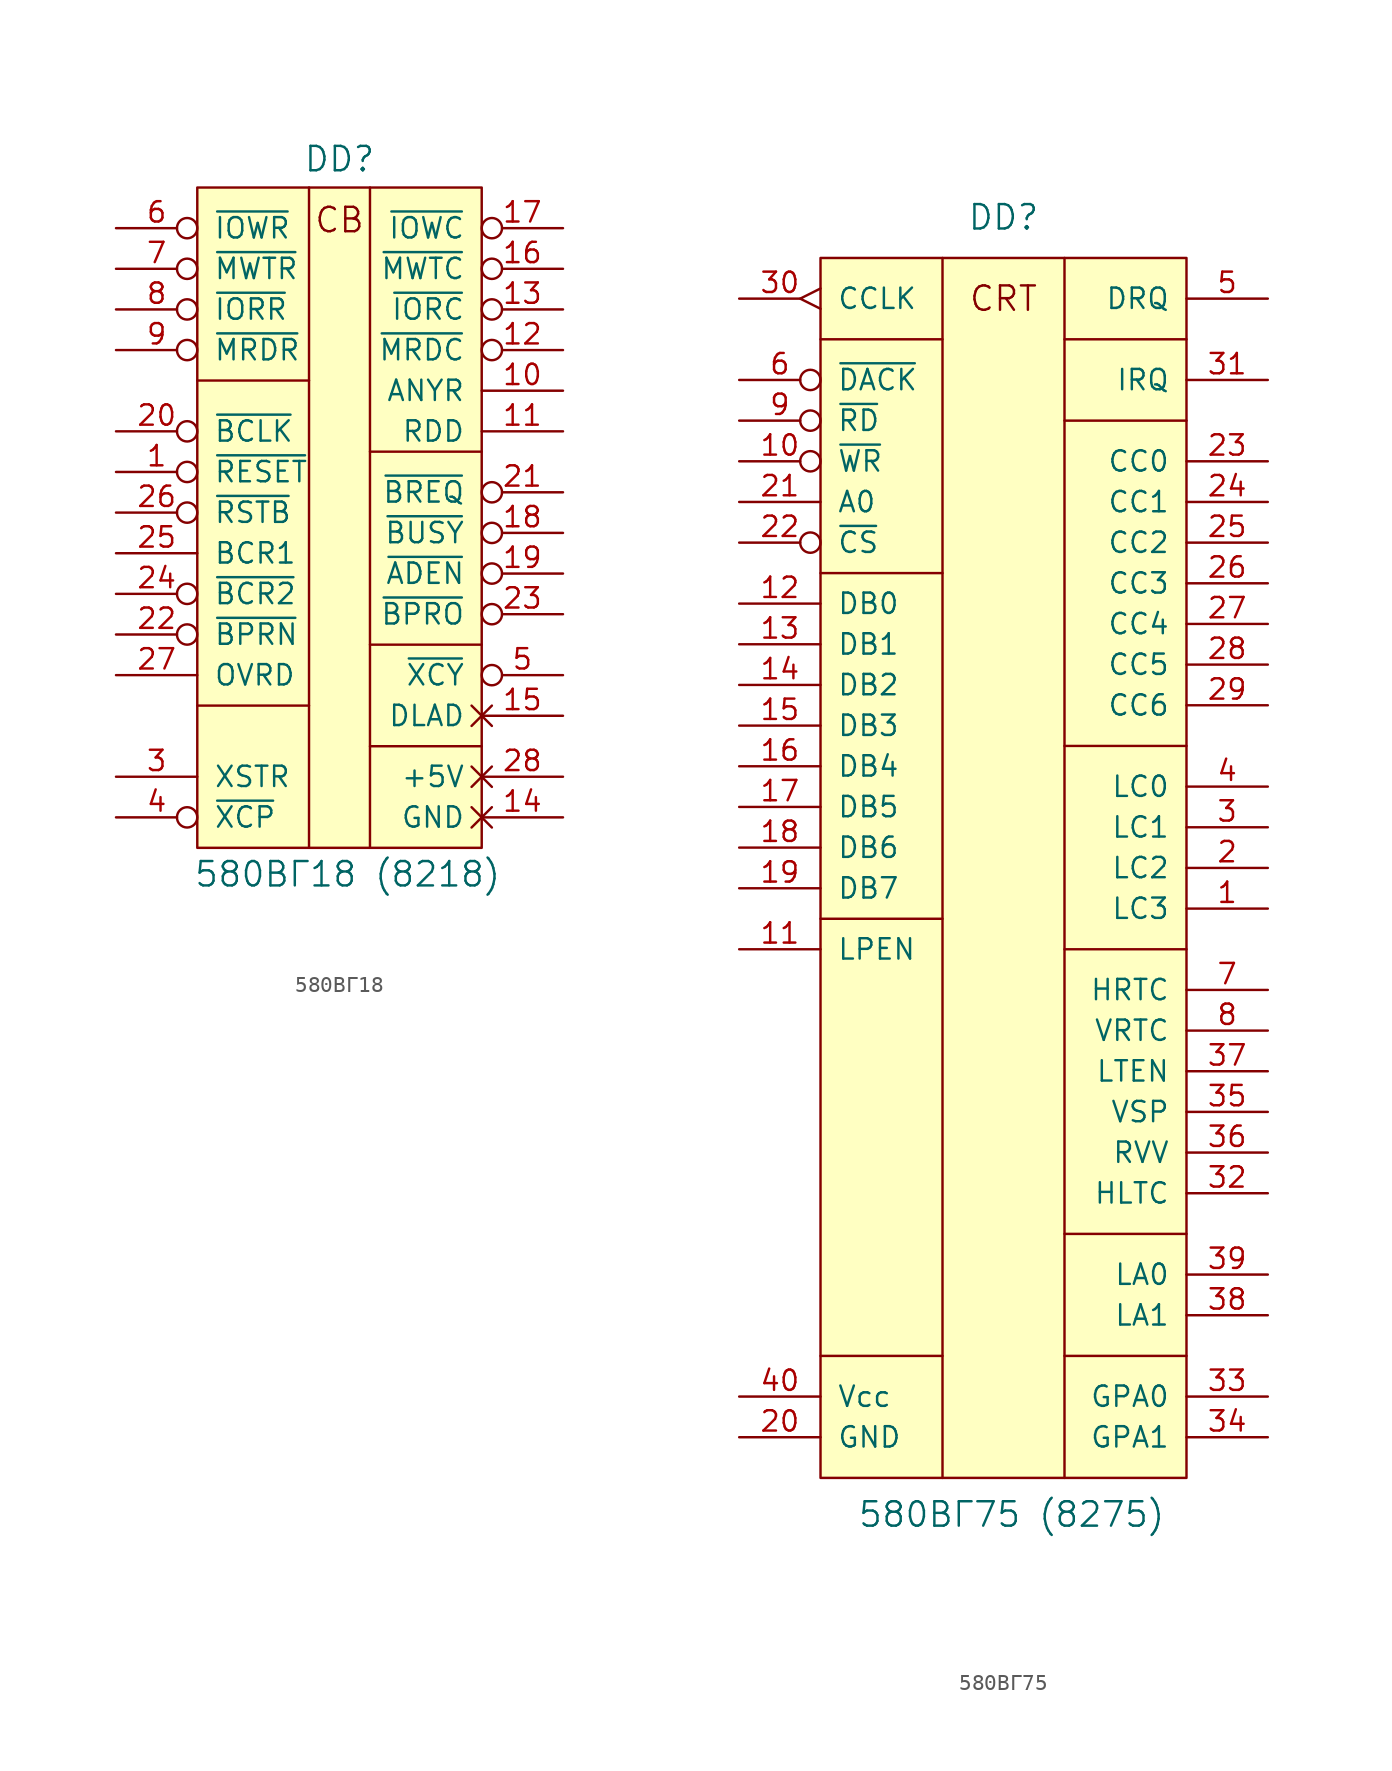
<source format=kicad_sym>
(kicad_symbol_lib
  (version 20231120)
  (generator "kicad_symbol_editor")
  (generator_version "8.0")
  (symbol "580ВГ18"
    (pin_names
      (offset 1.016))
    (property "Reference" "DD"
      (at 0 22.098 0)
      (effects (font (size 1.524 1.524))))
    (property "Value" "580ВГ18 (8218)"
      (at 0.508 -22.606 0)
      (effects (font (size 1.524 1.524))))
    (symbol "580ВГ18_0_0"
      (polyline (pts (xy -8.89 -12.065) (xy -1.905 -12.065)) (stroke (width 0) (type solid)) (fill (type none)))
      (polyline (pts (xy -8.89 8.255) (xy -1.905 8.255)) (stroke (width 0) (type solid)) (fill (type none)))
      (polyline (pts (xy -1.905 20.32) (xy -1.905 -20.955)) (stroke (width 0) (type solid)) (fill (type none)))
      (polyline (pts (xy 1.905 -14.605) (xy 8.89 -14.605)) (stroke (width 0) (type solid)) (fill (type none)))
      (polyline (pts (xy 1.905 -8.255) (xy 8.89 -8.255)) (stroke (width 0) (type solid)) (fill (type none)))
      (polyline (pts (xy 1.905 3.81) (xy 8.89 3.81)) (stroke (width 0) (type solid)) (fill (type none)))
      (polyline (pts (xy 1.905 20.32) (xy 1.905 -20.955)) (stroke (width 0) (type solid)) (fill (type none))))
    (symbol "580ВГ18_1_0"
      (rectangle (start -8.89 20.32) (end 8.89 -20.955) (stroke (width 0) (type solid)) (fill (type background)))
      (text "CB" (at 0 18.288 0) (effects (font (size 1.524 1.524)))))
    (symbol "580ВГ18_1_1"
      (pin input inverted (at -13.97 2.54 0) (length 5.08) (name "~{RESET}" (effects (font (size 1.27 1.27)))) (number "1" (effects (font (size 1.27 1.27)))))
      (pin output line (at 13.97 7.62 180) (length 5.08) (name "ANYR" (effects (font (size 1.27 1.27)))) (number "10" (effects (font (size 1.27 1.27)))))
      (pin output line (at 13.97 5.08 180) (length 5.08) (name "RDD" (effects (font (size 1.27 1.27)))) (number "11" (effects (font (size 1.27 1.27)))))
      (pin output inverted (at 13.97 10.16 180) (length 5.08) (name "~{MRDC}" (effects (font (size 1.27 1.27)))) (number "12" (effects (font (size 1.27 1.27)))))
      (pin output inverted (at 13.97 12.7 180) (length 5.08) (name "~{IORC}" (effects (font (size 1.27 1.27)))) (number "13" (effects (font (size 1.27 1.27)))))
      (pin power_in non_logic (at 13.97 -19.05 180) (length 5.08) (name "GND" (effects (font (size 1.27 1.27)))) (number "14" (effects (font (size 1.27 1.27)))))
      (pin input non_logic (at 13.97 -12.7 180) (length 5.08) (name "DLAD" (effects (font (size 1.27 1.27)))) (number "15" (effects (font (size 1.27 1.27)))))
      (pin output inverted (at 13.97 15.24 180) (length 5.08) (name "~{MWTC}" (effects (font (size 1.27 1.27)))) (number "16" (effects (font (size 1.27 1.27)))))
      (pin output inverted (at 13.97 17.78 180) (length 5.08) (name "~{IOWC}" (effects (font (size 1.27 1.27)))) (number "17" (effects (font (size 1.27 1.27)))))
      (pin bidirectional inverted (at 13.97 -1.27 180) (length 5.08) (name "~{BUSY}" (effects (font (size 1.27 1.27)))) (number "18" (effects (font (size 1.27 1.27)))))
      (pin output inverted (at 13.97 -3.81 180) (length 5.08) (name "~{ADEN}" (effects (font (size 1.27 1.27)))) (number "19" (effects (font (size 1.27 1.27)))))
      (pin no_connect non_logic (at -13.97 -13.97 0) (length 5.08) hide (name "NC" (effects (font (size 1.27 1.27)))) (number "2" (effects (font (size 1.27 1.27)))))
      (pin input inverted (at -13.97 5.08 0) (length 5.08) (name "~{BCLK}" (effects (font (size 1.27 1.27)))) (number "20" (effects (font (size 1.27 1.27)))))
      (pin output inverted (at 13.97 1.27 180) (length 5.08) (name "~{BREQ}" (effects (font (size 1.27 1.27)))) (number "21" (effects (font (size 1.27 1.27)))))
      (pin input inverted (at -13.97 -7.62 0) (length 5.08) (name "~{BPRN}" (effects (font (size 1.27 1.27)))) (number "22" (effects (font (size 1.27 1.27)))))
      (pin output inverted (at 13.97 -6.35 180) (length 5.08) (name "~{BPRO}" (effects (font (size 1.27 1.27)))) (number "23" (effects (font (size 1.27 1.27)))))
      (pin input inverted (at -13.97 -5.08 0) (length 5.08) (name "~{BCR2}" (effects (font (size 1.27 1.27)))) (number "24" (effects (font (size 1.27 1.27)))))
      (pin input line (at -13.97 -2.54 0) (length 5.08) (name "BCR1" (effects (font (size 1.27 1.27)))) (number "25" (effects (font (size 1.27 1.27)))))
      (pin input inverted (at -13.97 0 0) (length 5.08) (name "~{RSTB}" (effects (font (size 1.27 1.27)))) (number "26" (effects (font (size 1.27 1.27)))))
      (pin input line (at -13.97 -10.16 0) (length 5.08) (name "OVRD" (effects (font (size 1.27 1.27)))) (number "27" (effects (font (size 1.27 1.27)))))
      (pin power_in non_logic (at 13.97 -16.51 180) (length 5.08) (name "+5V" (effects (font (size 1.27 1.27)))) (number "28" (effects (font (size 1.27 1.27)))))
      (pin input line (at -13.97 -16.51 0) (length 5.08) (name "XSTR" (effects (font (size 1.27 1.27)))) (number "3" (effects (font (size 1.27 1.27)))))
      (pin input inverted (at -13.97 -19.05 0) (length 5.08) (name "~{XCP}" (effects (font (size 1.27 1.27)))) (number "4" (effects (font (size 1.27 1.27)))))
      (pin output inverted (at 13.97 -10.16 180) (length 5.08) (name "~{XCY}" (effects (font (size 1.27 1.27)))) (number "5" (effects (font (size 1.27 1.27)))))
      (pin input inverted (at -13.97 17.78 0) (length 5.08) (name "~{IOWR}" (effects (font (size 1.27 1.27)))) (number "6" (effects (font (size 1.27 1.27)))))
      (pin input inverted (at -13.97 15.24 0) (length 5.08) (name "~{MWTR}" (effects (font (size 1.27 1.27)))) (number "7" (effects (font (size 1.27 1.27)))))
      (pin input inverted (at -13.97 12.7 0) (length 5.08) (name "~{IORR}" (effects (font (size 1.27 1.27)))) (number "8" (effects (font (size 1.27 1.27)))))
      (pin input inverted (at -13.97 10.16 0) (length 5.08) (name "~{MRDR}" (effects (font (size 1.27 1.27)))) (number "9" (effects (font (size 1.27 1.27)))))))
  (symbol "580ВГ75"
    (pin_names
      (offset 1.016))
    (property "Reference" "DD"
      (at 0 39.37 0)
      (effects (font (size 1.524 1.524))))
    (property "Value" "580ВГ75 (8275)"
      (at 0.508 -41.656 0)
      (effects (font (size 1.524 1.524))))
    (symbol "580ВГ75_0_0"
      (text "CRT" (at 0 34.29 0) (effects (font (size 1.524 1.524)))))
    (symbol "580ВГ75_0_1"
      (polyline (pts (xy -11.43 -31.75) (xy -3.81 -31.75)) (stroke (width 0) (type solid)) (fill (type none)))
      (polyline (pts (xy -11.43 -4.445) (xy -3.81 -4.445)) (stroke (width 0) (type solid)) (fill (type none)))
      (polyline (pts (xy -11.43 17.145) (xy -3.81 17.145)) (stroke (width 0) (type solid)) (fill (type none)))
      (polyline (pts (xy -11.43 31.75) (xy -3.81 31.75)) (stroke (width 0) (type solid)) (fill (type none)))
      (polyline (pts (xy -3.81 36.83) (xy -3.81 -39.37)) (stroke (width 0) (type solid)) (fill (type none)))
      (polyline (pts (xy 3.81 -31.75) (xy 11.43 -31.75)) (stroke (width 0) (type solid)) (fill (type none)))
      (polyline (pts (xy 3.81 -24.13) (xy 11.43 -24.13)) (stroke (width 0) (type solid)) (fill (type none)))
      (polyline (pts (xy 3.81 -6.35) (xy 11.43 -6.35)) (stroke (width 0) (type solid)) (fill (type none)))
      (polyline (pts (xy 3.81 6.35) (xy 11.43 6.35)) (stroke (width 0) (type solid)) (fill (type none)))
      (polyline (pts (xy 3.81 26.67) (xy 11.43 26.67)) (stroke (width 0) (type solid)) (fill (type none)))
      (polyline (pts (xy 3.81 31.75) (xy 11.43 31.75)) (stroke (width 0) (type solid)) (fill (type none)))
      (polyline (pts (xy 3.81 36.83) (xy 3.81 -39.37)) (stroke (width 0) (type solid)) (fill (type none))))
    (symbol "580ВГ75_1_1"
      (rectangle (start -11.43 36.83) (end 11.43 -39.37) (stroke (width 0) (type solid)) (fill (type background)))
      (pin output line (at 16.51 -3.81 180) (length 5.08) (name "LC3" (effects (font (size 1.27 1.27)))) (number "1" (effects (font (size 1.27 1.27)))))
      (pin input inverted (at -16.51 24.13 0) (length 5.08) (name "~{WR}" (effects (font (size 1.27 1.27)))) (number "10" (effects (font (size 1.27 1.27)))))
      (pin input line (at -16.51 -6.35 0) (length 5.08) (name "LPEN" (effects (font (size 1.27 1.27)))) (number "11" (effects (font (size 1.27 1.27)))))
      (pin bidirectional line (at -16.51 15.24 0) (length 5.08) (name "DB0" (effects (font (size 1.27 1.27)))) (number "12" (effects (font (size 1.27 1.27)))))
      (pin bidirectional line (at -16.51 12.7 0) (length 5.08) (name "DB1" (effects (font (size 1.27 1.27)))) (number "13" (effects (font (size 1.27 1.27)))))
      (pin bidirectional line (at -16.51 10.16 0) (length 5.08) (name "DB2" (effects (font (size 1.27 1.27)))) (number "14" (effects (font (size 1.27 1.27)))))
      (pin bidirectional line (at -16.51 7.62 0) (length 5.08) (name "DB3" (effects (font (size 1.27 1.27)))) (number "15" (effects (font (size 1.27 1.27)))))
      (pin bidirectional line (at -16.51 5.08 0) (length 5.08) (name "DB4" (effects (font (size 1.27 1.27)))) (number "16" (effects (font (size 1.27 1.27)))))
      (pin bidirectional line (at -16.51 2.54 0) (length 5.08) (name "DB5" (effects (font (size 1.27 1.27)))) (number "17" (effects (font (size 1.27 1.27)))))
      (pin bidirectional line (at -16.51 0 0) (length 5.08) (name "DB6" (effects (font (size 1.27 1.27)))) (number "18" (effects (font (size 1.27 1.27)))))
      (pin bidirectional line (at -16.51 -2.54 0) (length 5.08) (name "DB7" (effects (font (size 1.27 1.27)))) (number "19" (effects (font (size 1.27 1.27)))))
      (pin output line (at 16.51 -1.27 180) (length 5.08) (name "LC2" (effects (font (size 1.27 1.27)))) (number "2" (effects (font (size 1.27 1.27)))))
      (pin power_in line (at -16.51 -36.83 0) (length 5.08) (name "GND" (effects (font (size 1.27 1.27)))) (number "20" (effects (font (size 1.27 1.27)))))
      (pin input line (at -16.51 21.59 0) (length 5.08) (name "A0" (effects (font (size 1.27 1.27)))) (number "21" (effects (font (size 1.27 1.27)))))
      (pin input inverted (at -16.51 19.05 0) (length 5.08) (name "~{CS}" (effects (font (size 1.27 1.27)))) (number "22" (effects (font (size 1.27 1.27)))))
      (pin output line (at 16.51 24.13 180) (length 5.08) (name "CC0" (effects (font (size 1.27 1.27)))) (number "23" (effects (font (size 1.27 1.27)))))
      (pin output line (at 16.51 21.59 180) (length 5.08) (name "CC1" (effects (font (size 1.27 1.27)))) (number "24" (effects (font (size 1.27 1.27)))))
      (pin output line (at 16.51 19.05 180) (length 5.08) (name "CC2" (effects (font (size 1.27 1.27)))) (number "25" (effects (font (size 1.27 1.27)))))
      (pin output line (at 16.51 16.51 180) (length 5.08) (name "CC3" (effects (font (size 1.27 1.27)))) (number "26" (effects (font (size 1.27 1.27)))))
      (pin output line (at 16.51 13.97 180) (length 5.08) (name "CC4" (effects (font (size 1.27 1.27)))) (number "27" (effects (font (size 1.27 1.27)))))
      (pin output line (at 16.51 11.43 180) (length 5.08) (name "CC5" (effects (font (size 1.27 1.27)))) (number "28" (effects (font (size 1.27 1.27)))))
      (pin output line (at 16.51 8.89 180) (length 5.08) (name "CC6" (effects (font (size 1.27 1.27)))) (number "29" (effects (font (size 1.27 1.27)))))
      (pin output line (at 16.51 1.27 180) (length 5.08) (name "LC1" (effects (font (size 1.27 1.27)))) (number "3" (effects (font (size 1.27 1.27)))))
      (pin input edge_clock_high (at -16.51 34.29 0) (length 5.08) (name "CCLK" (effects (font (size 1.27 1.27)))) (number "30" (effects (font (size 1.27 1.27)))))
      (pin output line (at 16.51 29.21 180) (length 5.08) (name "IRQ" (effects (font (size 1.27 1.27)))) (number "31" (effects (font (size 1.27 1.27)))))
      (pin output line (at 16.51 -21.59 180) (length 5.08) (name "HLTC" (effects (font (size 1.27 1.27)))) (number "32" (effects (font (size 1.27 1.27)))))
      (pin output line (at 16.51 -34.29 180) (length 5.08) (name "GPA0" (effects (font (size 1.27 1.27)))) (number "33" (effects (font (size 1.27 1.27)))))
      (pin output line (at 16.51 -36.83 180) (length 5.08) (name "GPA1" (effects (font (size 1.27 1.27)))) (number "34" (effects (font (size 1.27 1.27)))))
      (pin output line (at 16.51 -16.51 180) (length 5.08) (name "VSP" (effects (font (size 1.27 1.27)))) (number "35" (effects (font (size 1.27 1.27)))))
      (pin output line (at 16.51 -19.05 180) (length 5.08) (name "RVV" (effects (font (size 1.27 1.27)))) (number "36" (effects (font (size 1.27 1.27)))))
      (pin output line (at 16.51 -13.97 180) (length 5.08) (name "LTEN" (effects (font (size 1.27 1.27)))) (number "37" (effects (font (size 1.27 1.27)))))
      (pin output line (at 16.51 -29.21 180) (length 5.08) (name "LA1" (effects (font (size 1.27 1.27)))) (number "38" (effects (font (size 1.27 1.27)))))
      (pin output line (at 16.51 -26.67 180) (length 5.08) (name "LA0" (effects (font (size 1.27 1.27)))) (number "39" (effects (font (size 1.27 1.27)))))
      (pin output line (at 16.51 3.81 180) (length 5.08) (name "LC0" (effects (font (size 1.27 1.27)))) (number "4" (effects (font (size 1.27 1.27)))))
      (pin power_in line (at -16.51 -34.29 0) (length 5.08) (name "Vcc" (effects (font (size 1.27 1.27)))) (number "40" (effects (font (size 1.27 1.27)))))
      (pin output line (at 16.51 34.29 180) (length 5.08) (name "DRQ" (effects (font (size 1.27 1.27)))) (number "5" (effects (font (size 1.27 1.27)))))
      (pin input inverted (at -16.51 29.21 0) (length 5.08) (name "~{DACK}" (effects (font (size 1.27 1.27)))) (number "6" (effects (font (size 1.27 1.27)))))
      (pin output line (at 16.51 -8.89 180) (length 5.08) (name "HRTC" (effects (font (size 1.27 1.27)))) (number "7" (effects (font (size 1.27 1.27)))))
      (pin output line (at 16.51 -11.43 180) (length 5.08) (name "VRTC" (effects (font (size 1.27 1.27)))) (number "8" (effects (font (size 1.27 1.27)))))
      (pin input inverted (at -16.51 26.67 0) (length 5.08) (name "~{RD}" (effects (font (size 1.27 1.27)))) (number "9" (effects (font (size 1.27 1.27))))))))
</source>
